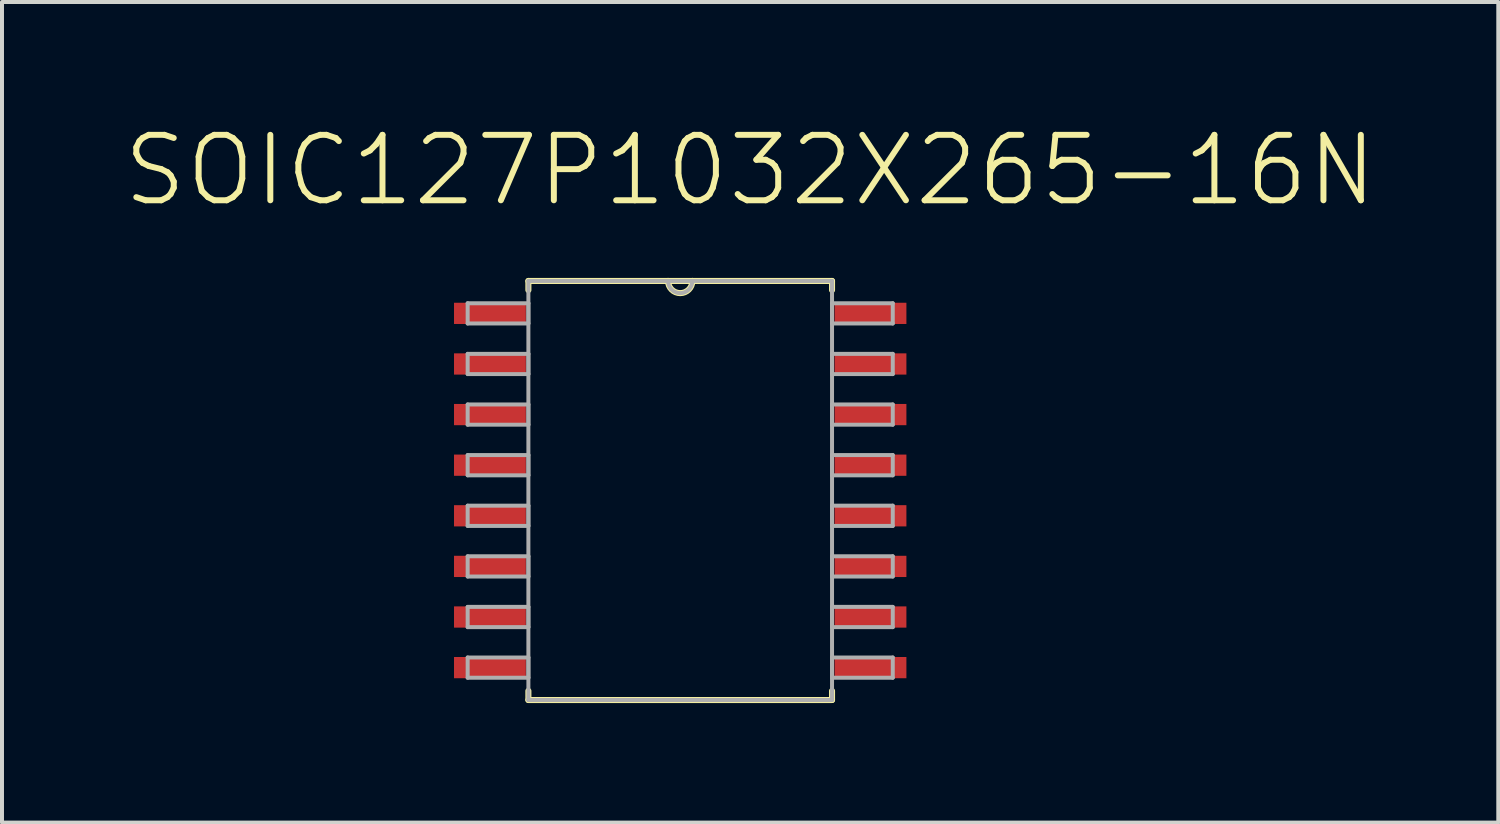
<source format=kicad_pcb>
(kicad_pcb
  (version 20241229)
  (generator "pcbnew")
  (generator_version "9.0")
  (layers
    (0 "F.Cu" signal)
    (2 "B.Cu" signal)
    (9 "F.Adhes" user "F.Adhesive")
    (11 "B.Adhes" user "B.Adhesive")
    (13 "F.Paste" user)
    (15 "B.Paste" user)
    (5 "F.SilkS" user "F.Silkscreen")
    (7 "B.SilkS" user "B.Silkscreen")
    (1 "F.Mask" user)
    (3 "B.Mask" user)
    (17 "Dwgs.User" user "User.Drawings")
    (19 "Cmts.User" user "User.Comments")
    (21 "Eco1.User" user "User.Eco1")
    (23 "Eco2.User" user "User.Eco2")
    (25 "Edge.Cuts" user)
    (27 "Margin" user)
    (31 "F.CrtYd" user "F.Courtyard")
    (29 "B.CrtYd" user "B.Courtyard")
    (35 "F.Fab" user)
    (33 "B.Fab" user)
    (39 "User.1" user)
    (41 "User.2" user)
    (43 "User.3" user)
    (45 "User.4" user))
  (footprint "SOIC127P1032X265-16N"
    (layer "F.Cu")
    (at 14.02 9.259)
    (property "Reference" "SOIC127P1032X265-16N" (at 1.755 -8.035 0) (layer "F.SilkS") (effects (font (size 1.642 1.642) (thickness 0.15))))
    (attr smd)
    (fp_line (start -3.81 -5.258) (end -3.81 -5.029) (stroke (width 0.152) (type solid)) (layer "F.SilkS"))
    (fp_line (start -3.81 5.029) (end -3.81 5.258) (stroke (width 0.152) (type solid)) (layer "F.SilkS"))
    (fp_line (start -3.81 5.258) (end 3.81 5.258) (stroke (width 0.152) (type solid)) (layer "F.SilkS"))
    (fp_line (start -0.305 -5.258) (end -3.81 -5.258) (stroke (width 0.152) (type solid)) (layer "F.SilkS"))
    (fp_line (start 0.305 -5.258) (end -0.305 -5.258) (stroke (width 0.152) (type solid)) (layer "F.SilkS"))
    (fp_line (start 3.81 -5.258) (end 0.305 -5.258) (stroke (width 0.152) (type solid)) (layer "F.SilkS"))
    (fp_line (start 3.81 -5.029) (end 3.81 -5.258) (stroke (width 0.152) (type solid)) (layer "F.SilkS"))
    (fp_line (start 3.81 5.258) (end 3.81 5.029) (stroke (width 0.152) (type solid)) (layer "F.SilkS"))
    (fp_arc (start 0.3048 -5.2578) (mid 0 -4.953) (end -0.3048 -5.2578) (stroke (width 0.1524) (type solid)) (layer "F.SilkS"))
    (fp_line (start -5.334 -4.699) (end -5.334 -4.191) (stroke (width 0.1) (type solid)) (layer "F.Fab"))
    (fp_line (start -5.334 -4.191) (end -3.81 -4.191) (stroke (width 0.1) (type solid)) (layer "F.Fab"))
    (fp_line (start -5.334 -3.429) (end -5.334 -2.921) (stroke (width 0.1) (type solid)) (layer "F.Fab"))
    (fp_line (start -5.334 -2.921) (end -3.81 -2.921) (stroke (width 0.1) (type solid)) (layer "F.Fab"))
    (fp_line (start -5.334 -2.159) (end -5.334 -1.651) (stroke (width 0.1) (type solid)) (layer "F.Fab"))
    (fp_line (start -5.334 -1.651) (end -3.81 -1.651) (stroke (width 0.1) (type solid)) (layer "F.Fab"))
    (fp_line (start -5.334 -0.889) (end -5.334 -0.381) (stroke (width 0.1) (type solid)) (layer "F.Fab"))
    (fp_line (start -5.334 -0.381) (end -3.81 -0.381) (stroke (width 0.1) (type solid)) (layer "F.Fab"))
    (fp_line (start -5.334 0.381) (end -5.334 0.889) (stroke (width 0.1) (type solid)) (layer "F.Fab"))
    (fp_line (start -5.334 0.889) (end -3.81 0.889) (stroke (width 0.1) (type solid)) (layer "F.Fab"))
    (fp_line (start -5.334 1.651) (end -5.334 2.159) (stroke (width 0.1) (type solid)) (layer "F.Fab"))
    (fp_line (start -5.334 2.159) (end -3.81 2.159) (stroke (width 0.1) (type solid)) (layer "F.Fab"))
    (fp_line (start -5.334 2.921) (end -5.334 3.429) (stroke (width 0.1) (type solid)) (layer "F.Fab"))
    (fp_line (start -5.334 3.429) (end -3.81 3.429) (stroke (width 0.1) (type solid)) (layer "F.Fab"))
    (fp_line (start -5.334 4.191) (end -5.334 4.699) (stroke (width 0.1) (type solid)) (layer "F.Fab"))
    (fp_line (start -5.334 4.699) (end -3.81 4.699) (stroke (width 0.1) (type solid)) (layer "F.Fab"))
    (fp_line (start -3.81 -5.258) (end -3.81 5.258) (stroke (width 0.1) (type solid)) (layer "F.Fab"))
    (fp_line (start -3.81 -4.699) (end -5.334 -4.699) (stroke (width 0.1) (type solid)) (layer "F.Fab"))
    (fp_line (start -3.81 -4.191) (end -3.81 -4.699) (stroke (width 0.1) (type solid)) (layer "F.Fab"))
    (fp_line (start -3.81 -3.429) (end -5.334 -3.429) (stroke (width 0.1) (type solid)) (layer "F.Fab"))
    (fp_line (start -3.81 -2.921) (end -3.81 -3.429) (stroke (width 0.1) (type solid)) (layer "F.Fab"))
    (fp_line (start -3.81 -2.159) (end -5.334 -2.159) (stroke (width 0.1) (type solid)) (layer "F.Fab"))
    (fp_line (start -3.81 -1.651) (end -3.81 -2.159) (stroke (width 0.1) (type solid)) (layer "F.Fab"))
    (fp_line (start -3.81 -0.889) (end -5.334 -0.889) (stroke (width 0.1) (type solid)) (layer "F.Fab"))
    (fp_line (start -3.81 -0.381) (end -3.81 -0.889) (stroke (width 0.1) (type solid)) (layer "F.Fab"))
    (fp_line (start -3.81 0.381) (end -5.334 0.381) (stroke (width 0.1) (type solid)) (layer "F.Fab"))
    (fp_line (start -3.81 0.889) (end -3.81 0.381) (stroke (width 0.1) (type solid)) (layer "F.Fab"))
    (fp_line (start -3.81 1.651) (end -5.334 1.651) (stroke (width 0.1) (type solid)) (layer "F.Fab"))
    (fp_line (start -3.81 2.159) (end -3.81 1.651) (stroke (width 0.1) (type solid)) (layer "F.Fab"))
    (fp_line (start -3.81 2.921) (end -5.334 2.921) (stroke (width 0.1) (type solid)) (layer "F.Fab"))
    (fp_line (start -3.81 3.429) (end -3.81 2.921) (stroke (width 0.1) (type solid)) (layer "F.Fab"))
    (fp_line (start -3.81 4.191) (end -5.334 4.191) (stroke (width 0.1) (type solid)) (layer "F.Fab"))
    (fp_line (start -3.81 4.699) (end -3.81 4.191) (stroke (width 0.1) (type solid)) (layer "F.Fab"))
    (fp_line (start -3.81 5.258) (end 3.81 5.258) (stroke (width 0.1) (type solid)) (layer "F.Fab"))
    (fp_line (start -0.305 -5.258) (end -3.81 -5.258) (stroke (width 0.1) (type solid)) (layer "F.Fab"))
    (fp_line (start 0.305 -5.258) (end -0.305 -5.258) (stroke (width 0.1) (type solid)) (layer "F.Fab"))
    (fp_line (start 3.81 -5.258) (end 0.305 -5.258) (stroke (width 0.1) (type solid)) (layer "F.Fab"))
    (fp_line (start 3.81 -4.699) (end 3.81 -4.191) (stroke (width 0.1) (type solid)) (layer "F.Fab"))
    (fp_line (start 3.81 -4.191) (end 5.334 -4.191) (stroke (width 0.1) (type solid)) (layer "F.Fab"))
    (fp_line (start 3.81 -3.429) (end 3.81 -2.921) (stroke (width 0.1) (type solid)) (layer "F.Fab"))
    (fp_line (start 3.81 -2.921) (end 5.334 -2.921) (stroke (width 0.1) (type solid)) (layer "F.Fab"))
    (fp_line (start 3.81 -2.159) (end 3.81 -1.651) (stroke (width 0.1) (type solid)) (layer "F.Fab"))
    (fp_line (start 3.81 -1.651) (end 5.334 -1.651) (stroke (width 0.1) (type solid)) (layer "F.Fab"))
    (fp_line (start 3.81 -0.889) (end 3.81 -0.381) (stroke (width 0.1) (type solid)) (layer "F.Fab"))
    (fp_line (start 3.81 -0.381) (end 5.334 -0.381) (stroke (width 0.1) (type solid)) (layer "F.Fab"))
    (fp_line (start 3.81 0.381) (end 3.81 0.889) (stroke (width 0.1) (type solid)) (layer "F.Fab"))
    (fp_line (start 3.81 0.889) (end 5.334 0.889) (stroke (width 0.1) (type solid)) (layer "F.Fab"))
    (fp_line (start 3.81 1.651) (end 3.81 2.159) (stroke (width 0.1) (type solid)) (layer "F.Fab"))
    (fp_line (start 3.81 2.159) (end 5.334 2.159) (stroke (width 0.1) (type solid)) (layer "F.Fab"))
    (fp_line (start 3.81 2.921) (end 3.81 3.429) (stroke (width 0.1) (type solid)) (layer "F.Fab"))
    (fp_line (start 3.81 3.429) (end 5.334 3.429) (stroke (width 0.1) (type solid)) (layer "F.Fab"))
    (fp_line (start 3.81 4.191) (end 3.81 4.699) (stroke (width 0.1) (type solid)) (layer "F.Fab"))
    (fp_line (start 3.81 4.699) (end 5.334 4.699) (stroke (width 0.1) (type solid)) (layer "F.Fab"))
    (fp_line (start 3.81 5.258) (end 3.81 -5.258) (stroke (width 0.1) (type solid)) (layer "F.Fab"))
    (fp_line (start 5.334 -4.699) (end 3.81 -4.699) (stroke (width 0.1) (type solid)) (layer "F.Fab"))
    (fp_line (start 5.334 -4.191) (end 5.334 -4.699) (stroke (width 0.1) (type solid)) (layer "F.Fab"))
    (fp_line (start 5.334 -3.429) (end 3.81 -3.429) (stroke (width 0.1) (type solid)) (layer "F.Fab"))
    (fp_line (start 5.334 -2.921) (end 5.334 -3.429) (stroke (width 0.1) (type solid)) (layer "F.Fab"))
    (fp_line (start 5.334 -2.159) (end 3.81 -2.159) (stroke (width 0.1) (type solid)) (layer "F.Fab"))
    (fp_line (start 5.334 -1.651) (end 5.334 -2.159) (stroke (width 0.1) (type solid)) (layer "F.Fab"))
    (fp_line (start 5.334 -0.889) (end 3.81 -0.889) (stroke (width 0.1) (type solid)) (layer "F.Fab"))
    (fp_line (start 5.334 -0.381) (end 5.334 -0.889) (stroke (width 0.1) (type solid)) (layer "F.Fab"))
    (fp_line (start 5.334 0.381) (end 3.81 0.381) (stroke (width 0.1) (type solid)) (layer "F.Fab"))
    (fp_line (start 5.334 0.889) (end 5.334 0.381) (stroke (width 0.1) (type solid)) (layer "F.Fab"))
    (fp_line (start 5.334 1.651) (end 3.81 1.651) (stroke (width 0.1) (type solid)) (layer "F.Fab"))
    (fp_line (start 5.334 2.159) (end 5.334 1.651) (stroke (width 0.1) (type solid)) (layer "F.Fab"))
    (fp_line (start 5.334 2.921) (end 3.81 2.921) (stroke (width 0.1) (type solid)) (layer "F.Fab"))
    (fp_line (start 5.334 3.429) (end 5.334 2.921) (stroke (width 0.1) (type solid)) (layer "F.Fab"))
    (fp_line (start 5.334 4.191) (end 3.81 4.191) (stroke (width 0.1) (type solid)) (layer "F.Fab"))
    (fp_line (start 5.334 4.699) (end 5.334 4.191) (stroke (width 0.1) (type solid)) (layer "F.Fab"))
    (fp_arc (start 0.3048 -5.2578) (mid 0 -4.953) (end -0.3048 -5.2578) (stroke (width 0.1) (type solid)) (layer "F.Fab"))
    (pad "1" smd rect (at -4.775 -4.445) (size 1.803 0.533) (layers "F.Cu" "F.Mask" "F.Paste"))
    (pad "2" smd rect (at -4.775 -3.175) (size 1.803 0.533) (layers "F.Cu" "F.Mask" "F.Paste"))
    (pad "3" smd rect (at -4.775 -1.905) (size 1.803 0.533) (layers "F.Cu" "F.Mask" "F.Paste"))
    (pad "4" smd rect (at -4.775 -0.635) (size 1.803 0.533) (layers "F.Cu" "F.Mask" "F.Paste"))
    (pad "5" smd rect (at -4.775 0.635) (size 1.803 0.533) (layers "F.Cu" "F.Mask" "F.Paste"))
    (pad "6" smd rect (at -4.775 1.905) (size 1.803 0.533) (layers "F.Cu" "F.Mask" "F.Paste"))
    (pad "7" smd rect (at -4.775 3.175) (size 1.803 0.533) (layers "F.Cu" "F.Mask" "F.Paste"))
    (pad "8" smd rect (at -4.775 4.445) (size 1.803 0.533) (layers "F.Cu" "F.Mask" "F.Paste"))
    (pad "9" smd rect (at 4.775 4.445) (size 1.803 0.533) (layers "F.Cu" "F.Mask" "F.Paste"))
    (pad "10" smd rect (at 4.775 3.175) (size 1.803 0.533) (layers "F.Cu" "F.Mask" "F.Paste"))
    (pad "11" smd rect (at 4.775 1.905) (size 1.803 0.533) (layers "F.Cu" "F.Mask" "F.Paste"))
    (pad "12" smd rect (at 4.775 0.635) (size 1.803 0.533) (layers "F.Cu" "F.Mask" "F.Paste"))
    (pad "13" smd rect (at 4.775 -0.635) (size 1.803 0.533) (layers "F.Cu" "F.Mask" "F.Paste"))
    (pad "14" smd rect (at 4.775 -1.905) (size 1.803 0.533) (layers "F.Cu" "F.Mask" "F.Paste"))
    (pad "15" smd rect (at 4.775 -3.175) (size 1.803 0.533) (layers "F.Cu" "F.Mask" "F.Paste"))
    (pad "16" smd rect (at 4.775 -4.445) (size 1.803 0.533) (layers "F.Cu" "F.Mask" "F.Paste")))
  (gr_rect
    (start -3 -3)
    (end 34.55 17.593)
    (stroke (width 0.1) (type default))
    (fill no)
    (layer "Edge.Cuts")))
</source>
